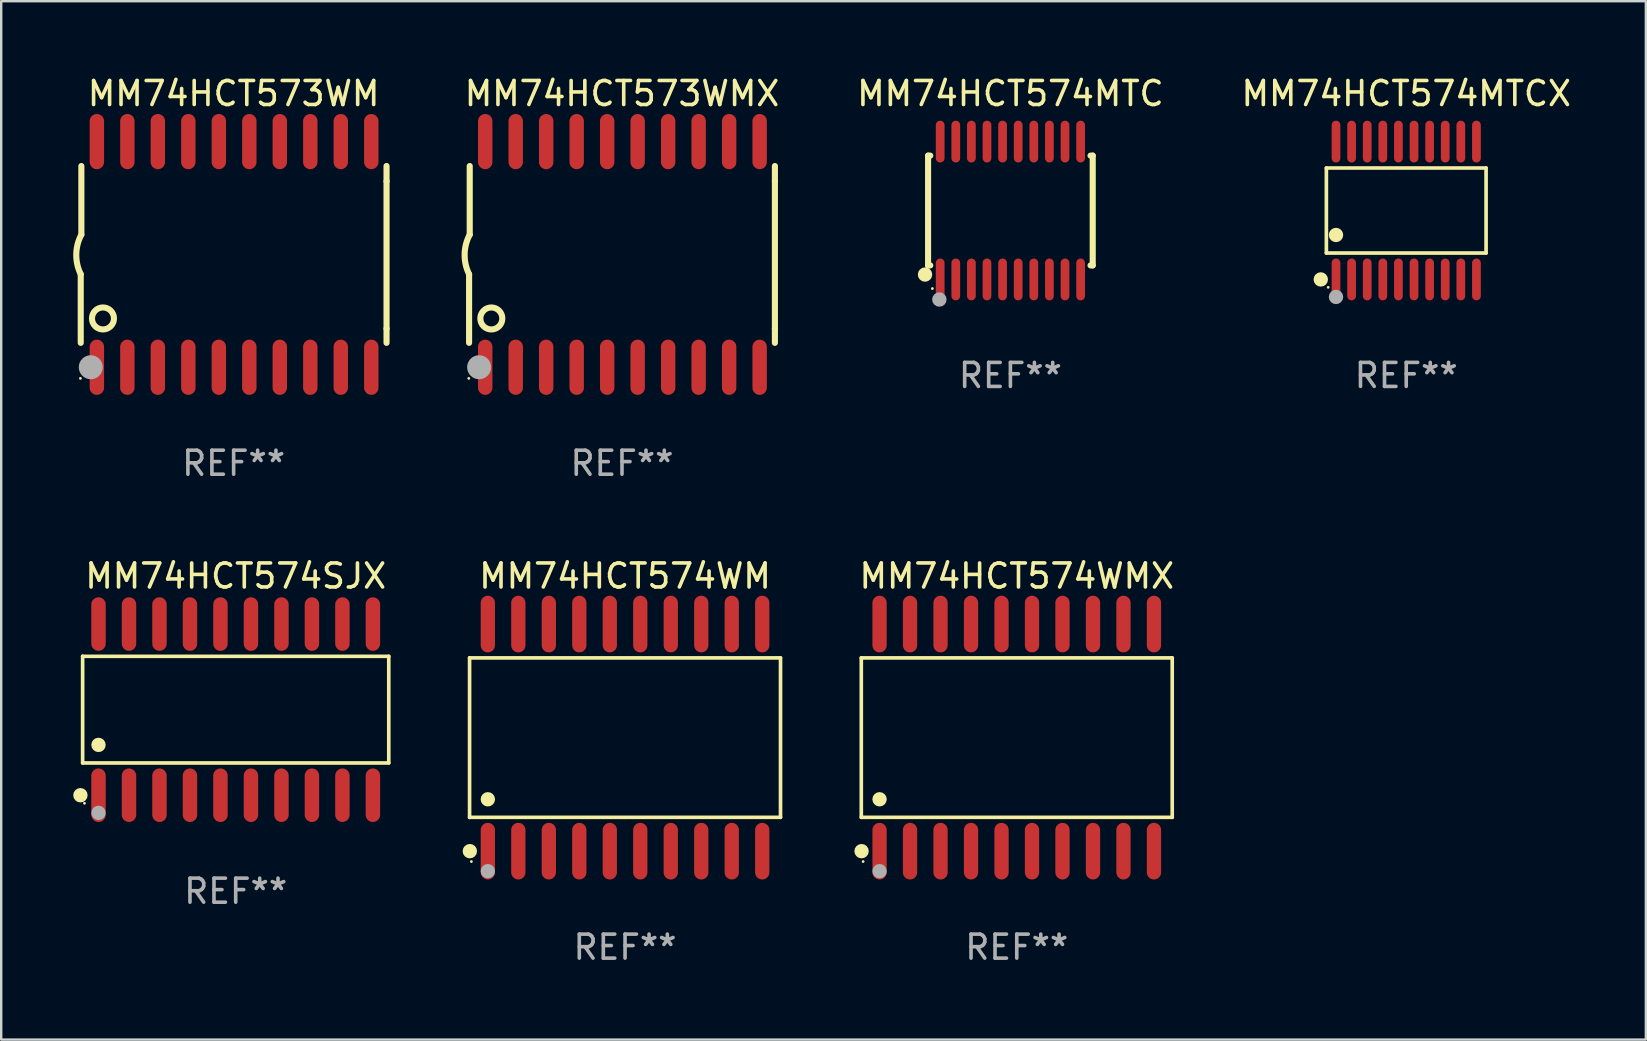
<source format=kicad_pcb>
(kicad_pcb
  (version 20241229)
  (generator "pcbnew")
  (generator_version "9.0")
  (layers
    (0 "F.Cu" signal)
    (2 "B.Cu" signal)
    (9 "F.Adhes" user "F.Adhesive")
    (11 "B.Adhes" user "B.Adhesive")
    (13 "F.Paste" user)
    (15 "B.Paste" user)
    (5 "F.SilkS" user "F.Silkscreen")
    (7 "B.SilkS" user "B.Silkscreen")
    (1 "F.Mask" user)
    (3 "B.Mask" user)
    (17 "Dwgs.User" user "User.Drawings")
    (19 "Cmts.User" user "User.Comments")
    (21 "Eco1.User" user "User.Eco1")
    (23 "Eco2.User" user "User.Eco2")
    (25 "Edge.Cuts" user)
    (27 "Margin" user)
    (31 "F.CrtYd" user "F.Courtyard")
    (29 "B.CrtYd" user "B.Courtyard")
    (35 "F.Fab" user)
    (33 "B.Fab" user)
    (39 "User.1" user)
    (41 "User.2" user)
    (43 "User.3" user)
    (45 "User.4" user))
  (footprint "MM74HCT573WMX"
    (layer "F.Cu")
    (at 22.859 7.548)
    (property "Reference" "MM74HCT573WMX" (at 0 -6.7 0) (layer "F.SilkS") (effects (font (size 1 1) (thickness 0.15))))
    (attr through_hole)
    (fp_line (start -6.369 0.826) (end -6.369 3.683) (stroke (width 0.254) (type solid)) (layer "F.SilkS"))
    (fp_line (start -6.343 -0.825) (end -6.343 -3.683) (stroke (width 0.254) (type solid)) (layer "F.SilkS"))
    (fp_line (start 6.369 -3.048) (end 6.369 -3.683) (stroke (width 0.254) (type solid)) (layer "F.SilkS"))
    (fp_line (start 6.369 -3.048) (end 6.369 3.096) (stroke (width 0.254) (type solid)) (layer "F.SilkS"))
    (fp_line (start 6.369 3.096) (end 6.369 3.683) (stroke (width 0.254) (type solid)) (layer "F.SilkS"))
    (fp_arc (start -6.36853 0.825552) (mid -6.554743 -0.00301) (end -6.343129 -0.825451) (stroke (width 0.254001) (type solid)) (layer "F.SilkS"))
    (fp_circle (center -6.382 5.163) (end -6.352 5.163) (stroke (width 0.06) (type solid)) (fill no) (layer "F.SilkS"))
    (fp_circle (center -5.443 2.667) (end -4.985 2.667) (stroke (width 0.254) (type solid)) (fill no) (layer "F.SilkS"))
    (fp_circle (center -5.951 4.699) (end -5.701 4.699) (stroke (width 0.5) (type solid)) (fill no) (layer "F.Fab"))
    (fp_text user "REF**" (at 0 8.7 0) (layer "F.Fab") (effects (font (size 1 1) (thickness 0.15))))
    (pad "1" smd oval (at -5.697 4.7 180) (size 0.6 2.3) (layers "F.Cu" "F.Mask" "F.Paste"))
    (pad "2" smd oval (at -4.427 4.7 180) (size 0.6 2.3) (layers "F.Cu" "F.Mask" "F.Paste"))
    (pad "3" smd oval (at -3.157 4.7 180) (size 0.6 2.3) (layers "F.Cu" "F.Mask" "F.Paste"))
    (pad "4" smd oval (at -1.887 4.7 180) (size 0.6 2.3) (layers "F.Cu" "F.Mask" "F.Paste"))
    (pad "5" smd oval (at -0.617 4.7 180) (size 0.6 2.3) (layers "F.Cu" "F.Mask" "F.Paste"))
    (pad "6" smd oval (at 0.653 4.7 180) (size 0.6 2.3) (layers "F.Cu" "F.Mask" "F.Paste"))
    (pad "7" smd oval (at 1.923 4.7 180) (size 0.6 2.3) (layers "F.Cu" "F.Mask" "F.Paste"))
    (pad "8" smd oval (at 3.193 4.7 180) (size 0.6 2.3) (layers "F.Cu" "F.Mask" "F.Paste"))
    (pad "9" smd oval (at 4.463 4.7 180) (size 0.6 2.3) (layers "F.Cu" "F.Mask" "F.Paste"))
    (pad "10" smd oval (at 5.734 4.7 180) (size 0.6 2.3) (layers "F.Cu" "F.Mask" "F.Paste"))
    (pad "11" smd oval (at 5.734 -4.7 180) (size 0.6 2.3) (layers "F.Cu" "F.Mask" "F.Paste"))
    (pad "12" smd oval (at 4.463 -4.7 180) (size 0.6 2.3) (layers "F.Cu" "F.Mask" "F.Paste"))
    (pad "13" smd oval (at 3.193 -4.7 180) (size 0.6 2.3) (layers "F.Cu" "F.Mask" "F.Paste"))
    (pad "14" smd oval (at 1.923 -4.7 180) (size 0.6 2.3) (layers "F.Cu" "F.Mask" "F.Paste"))
    (pad "15" smd oval (at 0.653 -4.7 180) (size 0.6 2.3) (layers "F.Cu" "F.Mask" "F.Paste"))
    (pad "16" smd oval (at -0.617 -4.7 180) (size 0.6 2.3) (layers "F.Cu" "F.Mask" "F.Paste"))
    (pad "17" smd oval (at -1.887 -4.7 180) (size 0.6 2.3) (layers "F.Cu" "F.Mask" "F.Paste"))
    (pad "18" smd oval (at -3.157 -4.7 180) (size 0.6 2.3) (layers "F.Cu" "F.Mask" "F.Paste"))
    (pad "19" smd oval (at -4.427 -4.7 180) (size 0.6 2.3) (layers "F.Cu" "F.Mask" "F.Paste"))
    (pad "20" smd oval (at -5.697 -4.7 180) (size 0.6 2.3) (layers "F.Cu" "F.Mask" "F.Paste")))
  (footprint "MM74HCT574MTC"
    (layer "F.Cu")
    (at 39.038 5.719)
    (property "Reference" "MM74HCT574MTC" (at 0 -4.871 0) (layer "F.SilkS") (effects (font (size 1 1) (thickness 0.15))))
    (attr through_hole)
    (fp_line (start -3.429 -2.286) (end -3.429 2.286) (stroke (width 0.254) (type solid)) (layer "F.SilkS"))
    (fp_line (start -3.429 2.286) (end -3.338 2.286) (stroke (width 0.254) (type solid)) (layer "F.SilkS"))
    (fp_line (start -3.338 -2.286) (end -3.429 -2.286) (stroke (width 0.254) (type solid)) (layer "F.SilkS"))
    (fp_line (start 3.338 -2.286) (end 3.429 -2.286) (stroke (width 0.254) (type solid)) (layer "F.SilkS"))
    (fp_line (start 3.429 -2.286) (end 3.429 2.286) (stroke (width 0.254) (type solid)) (layer "F.SilkS"))
    (fp_line (start 3.429 2.286) (end 3.338 2.286) (stroke (width 0.254) (type solid)) (layer "F.SilkS"))
    (fp_circle (center -3.556 2.667) (end -3.406 2.667) (stroke (width 0.3) (type solid)) (fill no) (layer "F.SilkS"))
    (fp_circle (center -3.25 3.25) (end -3.22 3.25) (stroke (width 0.06) (type solid)) (fill no) (layer "F.SilkS"))
    (fp_circle (center -2.959 3.707) (end -2.808 3.707) (stroke (width 0.3) (type solid)) (fill no) (layer "F.Fab"))
    (fp_text user "REF**" (at 0 6.871 0) (layer "F.Fab") (effects (font (size 1 1) (thickness 0.15))))
    (pad "1" smd oval (at -2.925 2.871) (size 0.364 1.742) (layers "F.Cu" "F.Mask" "F.Paste"))
    (pad "2" smd oval (at -2.275 2.871) (size 0.364 1.742) (layers "F.Cu" "F.Mask" "F.Paste"))
    (pad "3" smd oval (at -1.625 2.871) (size 0.364 1.742) (layers "F.Cu" "F.Mask" "F.Paste"))
    (pad "4" smd oval (at -0.975 2.871) (size 0.364 1.742) (layers "F.Cu" "F.Mask" "F.Paste"))
    (pad "5" smd oval (at -0.325 2.871) (size 0.364 1.742) (layers "F.Cu" "F.Mask" "F.Paste"))
    (pad "6" smd oval (at 0.325 2.871) (size 0.364 1.742) (layers "F.Cu" "F.Mask" "F.Paste"))
    (pad "7" smd oval (at 0.975 2.871) (size 0.364 1.742) (layers "F.Cu" "F.Mask" "F.Paste"))
    (pad "8" smd oval (at 1.625 2.871) (size 0.364 1.742) (layers "F.Cu" "F.Mask" "F.Paste"))
    (pad "9" smd oval (at 2.275 2.871) (size 0.364 1.742) (layers "F.Cu" "F.Mask" "F.Paste"))
    (pad "10" smd oval (at 2.925 2.871) (size 0.364 1.742) (layers "F.Cu" "F.Mask" "F.Paste"))
    (pad "11" smd oval (at 2.925 -2.871) (size 0.364 1.742) (layers "F.Cu" "F.Mask" "F.Paste"))
    (pad "12" smd oval (at 2.275 -2.871) (size 0.364 1.742) (layers "F.Cu" "F.Mask" "F.Paste"))
    (pad "13" smd oval (at 1.625 -2.871) (size 0.364 1.742) (layers "F.Cu" "F.Mask" "F.Paste"))
    (pad "14" smd oval (at 0.975 -2.871) (size 0.364 1.742) (layers "F.Cu" "F.Mask" "F.Paste"))
    (pad "15" smd oval (at 0.325 -2.871) (size 0.364 1.742) (layers "F.Cu" "F.Mask" "F.Paste"))
    (pad "16" smd oval (at -0.325 -2.871) (size 0.364 1.742) (layers "F.Cu" "F.Mask" "F.Paste"))
    (pad "17" smd oval (at -0.975 -2.871) (size 0.364 1.742) (layers "F.Cu" "F.Mask" "F.Paste"))
    (pad "18" smd oval (at -1.625 -2.871) (size 0.364 1.742) (layers "F.Cu" "F.Mask" "F.Paste"))
    (pad "19" smd oval (at -2.275 -2.871) (size 0.364 1.742) (layers "F.Cu" "F.Mask" "F.Paste"))
    (pad "20" smd oval (at -2.925 -2.871) (size 0.364 1.742) (layers "F.Cu" "F.Mask" "F.Paste")))
  (footprint "MM74HCT574WMX"
    (layer "F.Cu")
    (at 39.303 27.675)
    (property "Reference" "MM74HCT574WMX" (at 0 -6.73 0) (layer "F.SilkS") (effects (font (size 1 1) (thickness 0.15))))
    (attr through_hole)
    (fp_line (start -6.476 -3.321) (end 6.476 -3.321) (stroke (width 0.152) (type solid)) (layer "F.SilkS"))
    (fp_line (start -6.476 3.321) (end -6.476 -3.321) (stroke (width 0.152) (type solid)) (layer "F.SilkS"))
    (fp_line (start 6.476 -3.321) (end 6.476 3.321) (stroke (width 0.152) (type solid)) (layer "F.SilkS"))
    (fp_line (start 6.476 3.321) (end -6.476 3.321) (stroke (width 0.152) (type solid)) (layer "F.SilkS"))
    (fp_circle (center -6.465 4.73) (end -6.315 4.73) (stroke (width 0.3) (type solid)) (fill no) (layer "F.SilkS"))
    (fp_circle (center -6.4 5.163) (end -6.37 5.163) (stroke (width 0.06) (type solid)) (fill no) (layer "F.SilkS"))
    (fp_circle (center -5.715 2.569) (end -5.565 2.569) (stroke (width 0.3) (type solid)) (fill no) (layer "F.SilkS"))
    (fp_circle (center -5.715 5.563) (end -5.565 5.563) (stroke (width 0.3) (type solid)) (fill no) (layer "F.Fab"))
    (fp_text user "REF**" (at 0 8.73 0) (layer "F.Fab") (effects (font (size 1 1) (thickness 0.15))))
    (pad "1" smd oval (at -5.715 4.73) (size 0.595 2.36) (layers "F.Cu" "F.Mask" "F.Paste"))
    (pad "2" smd oval (at -4.445 4.73) (size 0.595 2.36) (layers "F.Cu" "F.Mask" "F.Paste"))
    (pad "3" smd oval (at -3.175 4.73) (size 0.595 2.36) (layers "F.Cu" "F.Mask" "F.Paste"))
    (pad "4" smd oval (at -1.905 4.73) (size 0.595 2.36) (layers "F.Cu" "F.Mask" "F.Paste"))
    (pad "5" smd oval (at -0.635 4.73) (size 0.595 2.36) (layers "F.Cu" "F.Mask" "F.Paste"))
    (pad "6" smd oval (at 0.635 4.73) (size 0.595 2.36) (layers "F.Cu" "F.Mask" "F.Paste"))
    (pad "7" smd oval (at 1.905 4.73) (size 0.595 2.36) (layers "F.Cu" "F.Mask" "F.Paste"))
    (pad "8" smd oval (at 3.175 4.73) (size 0.595 2.36) (layers "F.Cu" "F.Mask" "F.Paste"))
    (pad "9" smd oval (at 4.445 4.73) (size 0.595 2.36) (layers "F.Cu" "F.Mask" "F.Paste"))
    (pad "10" smd oval (at 5.715 4.73) (size 0.595 2.36) (layers "F.Cu" "F.Mask" "F.Paste"))
    (pad "11" smd oval (at 5.715 -4.73) (size 0.595 2.36) (layers "F.Cu" "F.Mask" "F.Paste"))
    (pad "12" smd oval (at 4.445 -4.73) (size 0.595 2.36) (layers "F.Cu" "F.Mask" "F.Paste"))
    (pad "13" smd oval (at 3.175 -4.73) (size 0.595 2.36) (layers "F.Cu" "F.Mask" "F.Paste"))
    (pad "14" smd oval (at 1.905 -4.73) (size 0.595 2.36) (layers "F.Cu" "F.Mask" "F.Paste"))
    (pad "15" smd oval (at 0.635 -4.73) (size 0.595 2.36) (layers "F.Cu" "F.Mask" "F.Paste"))
    (pad "16" smd oval (at -0.635 -4.73) (size 0.595 2.36) (layers "F.Cu" "F.Mask" "F.Paste"))
    (pad "17" smd oval (at -1.905 -4.73) (size 0.595 2.36) (layers "F.Cu" "F.Mask" "F.Paste"))
    (pad "18" smd oval (at -3.175 -4.73) (size 0.595 2.36) (layers "F.Cu" "F.Mask" "F.Paste"))
    (pad "19" smd oval (at -4.445 -4.73) (size 0.595 2.36) (layers "F.Cu" "F.Mask" "F.Paste"))
    (pad "20" smd oval (at -5.715 -4.73) (size 0.595 2.36) (layers "F.Cu" "F.Mask" "F.Paste")))
  (footprint "MM74HCT574MTCX"
    (layer "F.Cu")
    (at 55.526 5.719)
    (property "Reference" "MM74HCT574MTCX" (at 0 -4.871 0) (layer "F.SilkS") (effects (font (size 1 1) (thickness 0.15))))
    (attr through_hole)
    (fp_line (start -3.326 -1.771) (end 3.326 -1.771) (stroke (width 0.152) (type solid)) (layer "F.SilkS"))
    (fp_line (start -3.326 1.771) (end -3.326 -1.771) (stroke (width 0.152) (type solid)) (layer "F.SilkS"))
    (fp_line (start 3.326 -1.771) (end 3.326 1.771) (stroke (width 0.152) (type solid)) (layer "F.SilkS"))
    (fp_line (start 3.326 1.771) (end -3.326 1.771) (stroke (width 0.152) (type solid)) (layer "F.SilkS"))
    (fp_circle (center -3.559 2.871) (end -3.409 2.871) (stroke (width 0.3) (type solid)) (fill no) (layer "F.SilkS"))
    (fp_circle (center -3.25 3.2) (end -3.22 3.2) (stroke (width 0.06) (type solid)) (fill no) (layer "F.SilkS"))
    (fp_circle (center -2.925 1.019) (end -2.775 1.019) (stroke (width 0.3) (type solid)) (fill no) (layer "F.SilkS"))
    (fp_circle (center -2.925 3.6) (end -2.775 3.6) (stroke (width 0.3) (type solid)) (fill no) (layer "F.Fab"))
    (fp_text user "REF**" (at 0 6.871 0) (layer "F.Fab") (effects (font (size 1 1) (thickness 0.15))))
    (pad "1" smd oval (at -2.925 2.871) (size 0.364 1.742) (layers "F.Cu" "F.Mask" "F.Paste"))
    (pad "2" smd oval (at -2.275 2.871) (size 0.364 1.742) (layers "F.Cu" "F.Mask" "F.Paste"))
    (pad "3" smd oval (at -1.625 2.871) (size 0.364 1.742) (layers "F.Cu" "F.Mask" "F.Paste"))
    (pad "4" smd oval (at -0.975 2.871) (size 0.364 1.742) (layers "F.Cu" "F.Mask" "F.Paste"))
    (pad "5" smd oval (at -0.325 2.871) (size 0.364 1.742) (layers "F.Cu" "F.Mask" "F.Paste"))
    (pad "6" smd oval (at 0.325 2.871) (size 0.364 1.742) (layers "F.Cu" "F.Mask" "F.Paste"))
    (pad "7" smd oval (at 0.975 2.871) (size 0.364 1.742) (layers "F.Cu" "F.Mask" "F.Paste"))
    (pad "8" smd oval (at 1.625 2.871) (size 0.364 1.742) (layers "F.Cu" "F.Mask" "F.Paste"))
    (pad "9" smd oval (at 2.275 2.871) (size 0.364 1.742) (layers "F.Cu" "F.Mask" "F.Paste"))
    (pad "10" smd oval (at 2.925 2.871) (size 0.364 1.742) (layers "F.Cu" "F.Mask" "F.Paste"))
    (pad "11" smd oval (at 2.925 -2.871) (size 0.364 1.742) (layers "F.Cu" "F.Mask" "F.Paste"))
    (pad "12" smd oval (at 2.275 -2.871) (size 0.364 1.742) (layers "F.Cu" "F.Mask" "F.Paste"))
    (pad "13" smd oval (at 1.625 -2.871) (size 0.364 1.742) (layers "F.Cu" "F.Mask" "F.Paste"))
    (pad "14" smd oval (at 0.975 -2.871) (size 0.364 1.742) (layers "F.Cu" "F.Mask" "F.Paste"))
    (pad "15" smd oval (at 0.325 -2.871) (size 0.364 1.742) (layers "F.Cu" "F.Mask" "F.Paste"))
    (pad "16" smd oval (at -0.325 -2.871) (size 0.364 1.742) (layers "F.Cu" "F.Mask" "F.Paste"))
    (pad "17" smd oval (at -0.975 -2.871) (size 0.364 1.742) (layers "F.Cu" "F.Mask" "F.Paste"))
    (pad "18" smd oval (at -1.625 -2.871) (size 0.364 1.742) (layers "F.Cu" "F.Mask" "F.Paste"))
    (pad "19" smd oval (at -2.275 -2.871) (size 0.364 1.742) (layers "F.Cu" "F.Mask" "F.Paste"))
    (pad "20" smd oval (at -2.925 -2.871) (size 0.364 1.742) (layers "F.Cu" "F.Mask" "F.Paste")))
  (footprint "MM74HCT574WM"
    (layer "F.Cu")
    (at 22.986 27.675)
    (property "Reference" "MM74HCT574WM" (at 0 -6.73 0) (layer "F.SilkS") (effects (font (size 1 1) (thickness 0.15))))
    (attr through_hole)
    (fp_line (start -6.476 -3.321) (end 6.476 -3.321) (stroke (width 0.152) (type solid)) (layer "F.SilkS"))
    (fp_line (start -6.476 3.321) (end -6.476 -3.321) (stroke (width 0.152) (type solid)) (layer "F.SilkS"))
    (fp_line (start 6.476 -3.321) (end 6.476 3.321) (stroke (width 0.152) (type solid)) (layer "F.SilkS"))
    (fp_line (start 6.476 3.321) (end -6.476 3.321) (stroke (width 0.152) (type solid)) (layer "F.SilkS"))
    (fp_circle (center -6.465 4.73) (end -6.315 4.73) (stroke (width 0.3) (type solid)) (fill no) (layer "F.SilkS"))
    (fp_circle (center -6.4 5.163) (end -6.37 5.163) (stroke (width 0.06) (type solid)) (fill no) (layer "F.SilkS"))
    (fp_circle (center -5.715 2.569) (end -5.565 2.569) (stroke (width 0.3) (type solid)) (fill no) (layer "F.SilkS"))
    (fp_circle (center -5.715 5.563) (end -5.565 5.563) (stroke (width 0.3) (type solid)) (fill no) (layer "F.Fab"))
    (fp_text user "REF**" (at 0 8.73 0) (layer "F.Fab") (effects (font (size 1 1) (thickness 0.15))))
    (pad "1" smd oval (at -5.715 4.73) (size 0.595 2.36) (layers "F.Cu" "F.Mask" "F.Paste"))
    (pad "2" smd oval (at -4.445 4.73) (size 0.595 2.36) (layers "F.Cu" "F.Mask" "F.Paste"))
    (pad "3" smd oval (at -3.175 4.73) (size 0.595 2.36) (layers "F.Cu" "F.Mask" "F.Paste"))
    (pad "4" smd oval (at -1.905 4.73) (size 0.595 2.36) (layers "F.Cu" "F.Mask" "F.Paste"))
    (pad "5" smd oval (at -0.635 4.73) (size 0.595 2.36) (layers "F.Cu" "F.Mask" "F.Paste"))
    (pad "6" smd oval (at 0.635 4.73) (size 0.595 2.36) (layers "F.Cu" "F.Mask" "F.Paste"))
    (pad "7" smd oval (at 1.905 4.73) (size 0.595 2.36) (layers "F.Cu" "F.Mask" "F.Paste"))
    (pad "8" smd oval (at 3.175 4.73) (size 0.595 2.36) (layers "F.Cu" "F.Mask" "F.Paste"))
    (pad "9" smd oval (at 4.445 4.73) (size 0.595 2.36) (layers "F.Cu" "F.Mask" "F.Paste"))
    (pad "10" smd oval (at 5.715 4.73) (size 0.595 2.36) (layers "F.Cu" "F.Mask" "F.Paste"))
    (pad "11" smd oval (at 5.715 -4.73) (size 0.595 2.36) (layers "F.Cu" "F.Mask" "F.Paste"))
    (pad "12" smd oval (at 4.445 -4.73) (size 0.595 2.36) (layers "F.Cu" "F.Mask" "F.Paste"))
    (pad "13" smd oval (at 3.175 -4.73) (size 0.595 2.36) (layers "F.Cu" "F.Mask" "F.Paste"))
    (pad "14" smd oval (at 1.905 -4.73) (size 0.595 2.36) (layers "F.Cu" "F.Mask" "F.Paste"))
    (pad "15" smd oval (at 0.635 -4.73) (size 0.595 2.36) (layers "F.Cu" "F.Mask" "F.Paste"))
    (pad "16" smd oval (at -0.635 -4.73) (size 0.595 2.36) (layers "F.Cu" "F.Mask" "F.Paste"))
    (pad "17" smd oval (at -1.905 -4.73) (size 0.595 2.36) (layers "F.Cu" "F.Mask" "F.Paste"))
    (pad "18" smd oval (at -3.175 -4.73) (size 0.595 2.36) (layers "F.Cu" "F.Mask" "F.Paste"))
    (pad "19" smd oval (at -4.445 -4.73) (size 0.595 2.36) (layers "F.Cu" "F.Mask" "F.Paste"))
    (pad "20" smd oval (at -5.715 -4.73) (size 0.595 2.36) (layers "F.Cu" "F.Mask" "F.Paste")))
  (footprint "MM74HCT573WM"
    (layer "F.Cu")
    (at 6.682 7.548)
    (property "Reference" "MM74HCT573WM" (at 0 -6.7 0) (layer "F.SilkS") (effects (font (size 1 1) (thickness 0.15))))
    (attr through_hole)
    (fp_line (start -6.369 0.826) (end -6.369 3.683) (stroke (width 0.254) (type solid)) (layer "F.SilkS"))
    (fp_line (start -6.343 -0.825) (end -6.343 -3.683) (stroke (width 0.254) (type solid)) (layer "F.SilkS"))
    (fp_line (start 6.369 -3.048) (end 6.369 -3.683) (stroke (width 0.254) (type solid)) (layer "F.SilkS"))
    (fp_line (start 6.369 -3.048) (end 6.369 3.096) (stroke (width 0.254) (type solid)) (layer "F.SilkS"))
    (fp_line (start 6.369 3.096) (end 6.369 3.683) (stroke (width 0.254) (type solid)) (layer "F.SilkS"))
    (fp_arc (start -6.36853 0.825552) (mid -6.554743 -0.00301) (end -6.343129 -0.825451) (stroke (width 0.254001) (type solid)) (layer "F.SilkS"))
    (fp_circle (center -6.382 5.163) (end -6.352 5.163) (stroke (width 0.06) (type solid)) (fill no) (layer "F.SilkS"))
    (fp_circle (center -5.443 2.667) (end -4.985 2.667) (stroke (width 0.254) (type solid)) (fill no) (layer "F.SilkS"))
    (fp_circle (center -5.951 4.699) (end -5.701 4.699) (stroke (width 0.5) (type solid)) (fill no) (layer "F.Fab"))
    (fp_text user "REF**" (at 0 8.7 0) (layer "F.Fab") (effects (font (size 1 1) (thickness 0.15))))
    (pad "1" smd oval (at -5.697 4.7 180) (size 0.6 2.3) (layers "F.Cu" "F.Mask" "F.Paste"))
    (pad "2" smd oval (at -4.427 4.7 180) (size 0.6 2.3) (layers "F.Cu" "F.Mask" "F.Paste"))
    (pad "3" smd oval (at -3.157 4.7 180) (size 0.6 2.3) (layers "F.Cu" "F.Mask" "F.Paste"))
    (pad "4" smd oval (at -1.887 4.7 180) (size 0.6 2.3) (layers "F.Cu" "F.Mask" "F.Paste"))
    (pad "5" smd oval (at -0.617 4.7 180) (size 0.6 2.3) (layers "F.Cu" "F.Mask" "F.Paste"))
    (pad "6" smd oval (at 0.653 4.7 180) (size 0.6 2.3) (layers "F.Cu" "F.Mask" "F.Paste"))
    (pad "7" smd oval (at 1.923 4.7 180) (size 0.6 2.3) (layers "F.Cu" "F.Mask" "F.Paste"))
    (pad "8" smd oval (at 3.193 4.7 180) (size 0.6 2.3) (layers "F.Cu" "F.Mask" "F.Paste"))
    (pad "9" smd oval (at 4.463 4.7 180) (size 0.6 2.3) (layers "F.Cu" "F.Mask" "F.Paste"))
    (pad "10" smd oval (at 5.734 4.7 180) (size 0.6 2.3) (layers "F.Cu" "F.Mask" "F.Paste"))
    (pad "11" smd oval (at 5.734 -4.7 180) (size 0.6 2.3) (layers "F.Cu" "F.Mask" "F.Paste"))
    (pad "12" smd oval (at 4.463 -4.7 180) (size 0.6 2.3) (layers "F.Cu" "F.Mask" "F.Paste"))
    (pad "13" smd oval (at 3.193 -4.7 180) (size 0.6 2.3) (layers "F.Cu" "F.Mask" "F.Paste"))
    (pad "14" smd oval (at 1.923 -4.7 180) (size 0.6 2.3) (layers "F.Cu" "F.Mask" "F.Paste"))
    (pad "15" smd oval (at 0.653 -4.7 180) (size 0.6 2.3) (layers "F.Cu" "F.Mask" "F.Paste"))
    (pad "16" smd oval (at -0.617 -4.7 180) (size 0.6 2.3) (layers "F.Cu" "F.Mask" "F.Paste"))
    (pad "17" smd oval (at -1.887 -4.7 180) (size 0.6 2.3) (layers "F.Cu" "F.Mask" "F.Paste"))
    (pad "18" smd oval (at -3.157 -4.7 180) (size 0.6 2.3) (layers "F.Cu" "F.Mask" "F.Paste"))
    (pad "19" smd oval (at -4.427 -4.7 180) (size 0.6 2.3) (layers "F.Cu" "F.Mask" "F.Paste"))
    (pad "20" smd oval (at -5.697 -4.7 180) (size 0.6 2.3) (layers "F.Cu" "F.Mask" "F.Paste")))
  (footprint "MM74HCT574SJX"
    (layer "F.Cu")
    (at 6.768 26.51)
    (property "Reference" "MM74HCT574SJX" (at 0 -5.565 0) (layer "F.SilkS") (effects (font (size 1 1) (thickness 0.15))))
    (attr through_hole)
    (fp_line (start -6.376 -2.221) (end 6.376 -2.221) (stroke (width 0.152) (type solid)) (layer "F.SilkS"))
    (fp_line (start -6.376 2.221) (end -6.376 -2.221) (stroke (width 0.152) (type solid)) (layer "F.SilkS"))
    (fp_line (start 6.376 -2.221) (end 6.376 2.221) (stroke (width 0.152) (type solid)) (layer "F.SilkS"))
    (fp_line (start 6.376 2.221) (end -6.376 2.221) (stroke (width 0.152) (type solid)) (layer "F.SilkS"))
    (fp_circle (center -6.468 3.565) (end -6.318 3.565) (stroke (width 0.3) (type solid)) (fill no) (layer "F.SilkS"))
    (fp_circle (center -6.3 3.9) (end -6.27 3.9) (stroke (width 0.06) (type solid)) (fill no) (layer "F.SilkS"))
    (fp_circle (center -5.715 1.469) (end -5.565 1.469) (stroke (width 0.3) (type solid)) (fill no) (layer "F.SilkS"))
    (fp_circle (center -5.715 4.3) (end -5.565 4.3) (stroke (width 0.3) (type solid)) (fill no) (layer "F.Fab"))
    (fp_text user "REF**" (at 0 7.565 0) (layer "F.Fab") (effects (font (size 1 1) (thickness 0.15))))
    (pad "1" smd oval (at -5.715 3.565) (size 0.602 2.231) (layers "F.Cu" "F.Mask" "F.Paste"))
    (pad "2" smd oval (at -4.445 3.565) (size 0.602 2.231) (layers "F.Cu" "F.Mask" "F.Paste"))
    (pad "3" smd oval (at -3.175 3.565) (size 0.602 2.231) (layers "F.Cu" "F.Mask" "F.Paste"))
    (pad "4" smd oval (at -1.905 3.565) (size 0.602 2.231) (layers "F.Cu" "F.Mask" "F.Paste"))
    (pad "5" smd oval (at -0.635 3.565) (size 0.602 2.231) (layers "F.Cu" "F.Mask" "F.Paste"))
    (pad "6" smd oval (at 0.635 3.565) (size 0.602 2.231) (layers "F.Cu" "F.Mask" "F.Paste"))
    (pad "7" smd oval (at 1.905 3.565) (size 0.602 2.231) (layers "F.Cu" "F.Mask" "F.Paste"))
    (pad "8" smd oval (at 3.175 3.565) (size 0.602 2.231) (layers "F.Cu" "F.Mask" "F.Paste"))
    (pad "9" smd oval (at 4.445 3.565) (size 0.602 2.231) (layers "F.Cu" "F.Mask" "F.Paste"))
    (pad "10" smd oval (at 5.715 3.565) (size 0.602 2.231) (layers "F.Cu" "F.Mask" "F.Paste"))
    (pad "11" smd oval (at 5.715 -3.565) (size 0.602 2.231) (layers "F.Cu" "F.Mask" "F.Paste"))
    (pad "12" smd oval (at 4.445 -3.565) (size 0.602 2.231) (layers "F.Cu" "F.Mask" "F.Paste"))
    (pad "13" smd oval (at 3.175 -3.565) (size 0.602 2.231) (layers "F.Cu" "F.Mask" "F.Paste"))
    (pad "14" smd oval (at 1.905 -3.565) (size 0.602 2.231) (layers "F.Cu" "F.Mask" "F.Paste"))
    (pad "15" smd oval (at 0.635 -3.565) (size 0.602 2.231) (layers "F.Cu" "F.Mask" "F.Paste"))
    (pad "16" smd oval (at -0.635 -3.565) (size 0.602 2.231) (layers "F.Cu" "F.Mask" "F.Paste"))
    (pad "17" smd oval (at -1.905 -3.565) (size 0.602 2.231) (layers "F.Cu" "F.Mask" "F.Paste"))
    (pad "18" smd oval (at -3.175 -3.565) (size 0.602 2.231) (layers "F.Cu" "F.Mask" "F.Paste"))
    (pad "19" smd oval (at -4.445 -3.565) (size 0.602 2.231) (layers "F.Cu" "F.Mask" "F.Paste"))
    (pad "20" smd oval (at -5.715 -3.565) (size 0.602 2.231) (layers "F.Cu" "F.Mask" "F.Paste")))
  (gr_rect
    (start -3 -3)
    (end 65.508 40.253)
    (stroke (width 0.1) (type default))
    (fill no)
    (layer "Edge.Cuts")))
</source>
